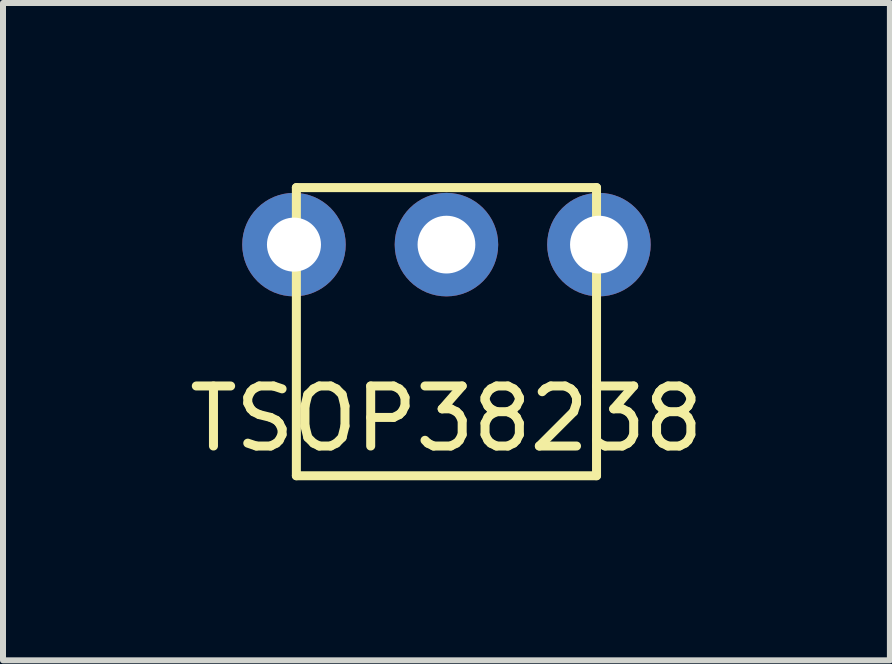
<source format=kicad_pcb>
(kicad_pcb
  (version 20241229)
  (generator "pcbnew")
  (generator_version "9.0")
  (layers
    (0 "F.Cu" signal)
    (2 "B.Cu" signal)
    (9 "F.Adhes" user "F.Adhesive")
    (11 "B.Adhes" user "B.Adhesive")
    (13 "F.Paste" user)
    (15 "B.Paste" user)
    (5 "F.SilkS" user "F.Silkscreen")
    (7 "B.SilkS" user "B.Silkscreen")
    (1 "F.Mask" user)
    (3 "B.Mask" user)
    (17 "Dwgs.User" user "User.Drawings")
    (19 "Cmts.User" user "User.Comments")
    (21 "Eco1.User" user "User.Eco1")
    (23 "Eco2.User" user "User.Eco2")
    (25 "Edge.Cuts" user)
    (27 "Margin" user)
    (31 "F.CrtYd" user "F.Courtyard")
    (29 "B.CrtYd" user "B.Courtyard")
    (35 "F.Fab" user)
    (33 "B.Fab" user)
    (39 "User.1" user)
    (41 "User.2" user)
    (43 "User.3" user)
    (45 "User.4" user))
  (footprint "TSOP38238"
    (layer "F.Cu")
    (at 4.387 2.475)
    (property "Reference" "TSOP38238" (at 0 1.45 0) (layer "F.SilkS") (effects (font (size 1 1) (thickness 0.15))))
    (attr through_hole)
    (fp_line (start -2.5 -2.4) (end -2.5 2.4) (stroke (width 0.15) (type solid)) (layer "F.SilkS"))
    (fp_line (start -2.5 2.4) (end 2.5 2.4) (stroke (width 0.15) (type solid)) (layer "F.SilkS"))
    (fp_line (start 2.5 -2.4) (end -2.5 -2.4) (stroke (width 0.15) (type solid)) (layer "F.SilkS"))
    (fp_line (start 2.5 2.4) (end 2.5 -2.4) (stroke (width 0.15) (type solid)) (layer "F.SilkS"))
    (pad "1" thru_hole circle (at -2.54 -1.45) (size 1.724 1.724) (drill 0.9) (layers "*.Cu" "*.Mask"))
    (pad "2" thru_hole circle (at 0 -1.45) (size 1.724 1.724) (drill 0.962) (layers "*.Cu" "*.Mask"))
    (pad "3" thru_hole circle (at 2.54 -1.45) (size 1.724 1.724) (drill 0.962) (layers "*.Cu" "*.Mask")))
  (gr_rect
    (start -3 -3)
    (end 11.774 7.95)
    (stroke (width 0.1) (type default))
    (fill no)
    (layer "Edge.Cuts")))
</source>
